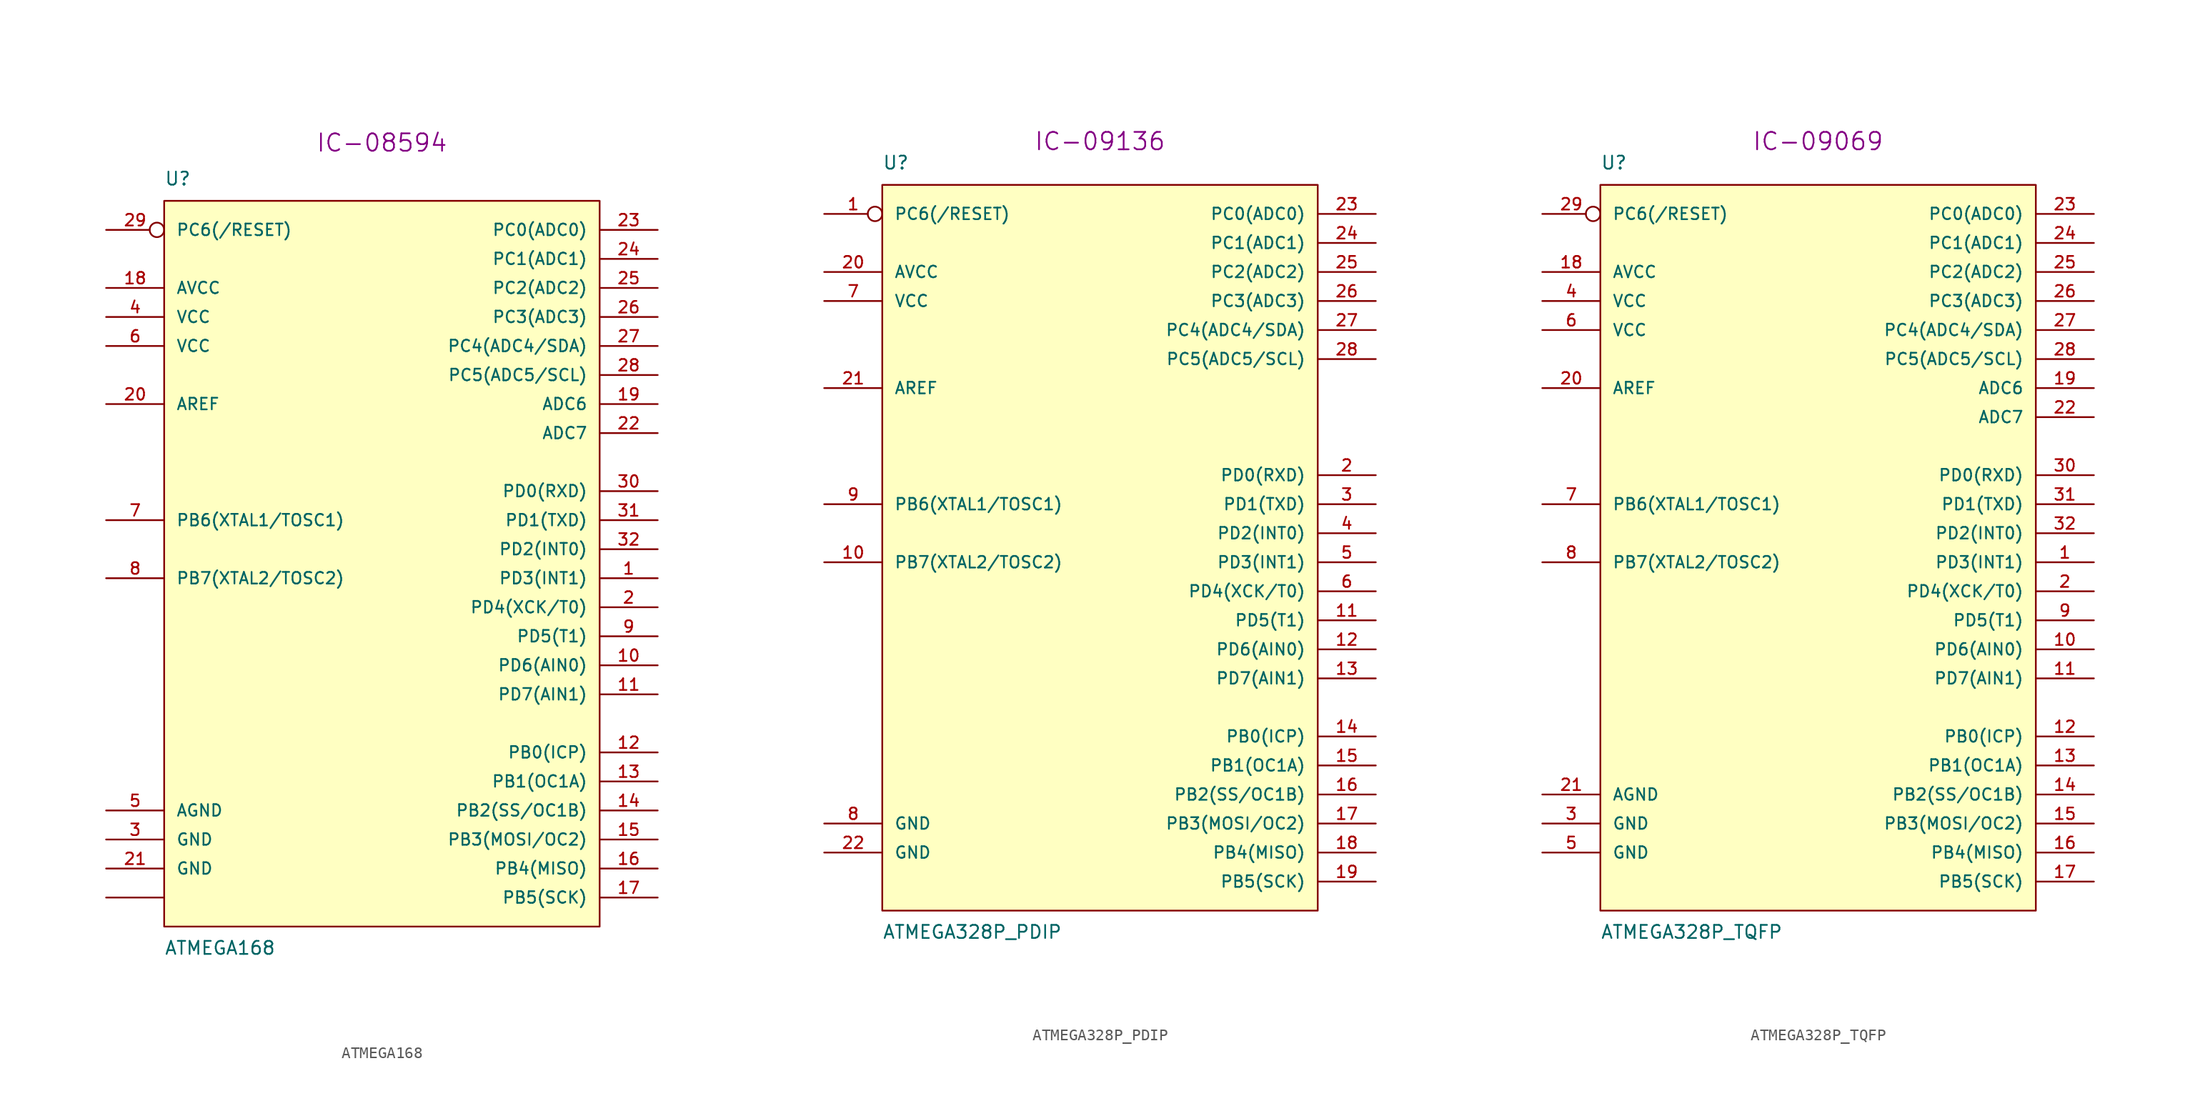
<source format=kicad_sym>
(kicad_symbol_lib
  (version 20220914)
  (generator kicad_symbol_editor)
  (symbol "ATMEGA168"
    (pin_names
      (offset 1.016))
    (property "Reference" "U"
      (at -19.05 33.02 0)
      (effects (font (size 1.143 1.143)) (justify left bottom)))
    (property "Value" "ATMEGA168"
      (at -19.05 -34.29 0)
      (effects (font (size 1.143 1.143)) (justify left bottom)))
    (property "Field4" "IC-08594"
      (at 0 36.83 0)
      (effects (font (size 1.524 1.524))))
    (property "ki_locked" ""
      (at 0 0 0)
      (effects (font (size 1.27 1.27))))
    (symbol "ATMEGA168_1_0"
      (polyline (pts (xy -24.13 -29.21) (xy -19.05 -29.21)) (stroke (width 0) (type solid)) (fill (type none))))
    (symbol "ATMEGA168_1_1"
      (polyline (pts (xy -19.05 31.75) (xy 19.05 31.75) (xy 19.05 -31.75) (xy -19.05 -31.75) (xy -19.05 31.75)) (stroke (width 0) (type solid)) (fill (type background)))
      (pin bidirectional line (at 24.13 -1.27 180) (length 5.08) (name "PD3(INT1)" (effects (font (size 1.016 1.016)))) (number "1" (effects (font (size 1.016 1.016)))))
      (pin bidirectional line (at 24.13 -8.89 180) (length 5.08) (name "PD6(AIN0)" (effects (font (size 1.016 1.016)))) (number "10" (effects (font (size 1.016 1.016)))))
      (pin bidirectional line (at 24.13 -11.43 180) (length 5.08) (name "PD7(AIN1)" (effects (font (size 1.016 1.016)))) (number "11" (effects (font (size 1.016 1.016)))))
      (pin bidirectional line (at 24.13 -16.51 180) (length 5.08) (name "PB0(ICP)" (effects (font (size 1.016 1.016)))) (number "12" (effects (font (size 1.016 1.016)))))
      (pin bidirectional line (at 24.13 -19.05 180) (length 5.08) (name "PB1(OC1A)" (effects (font (size 1.016 1.016)))) (number "13" (effects (font (size 1.016 1.016)))))
      (pin bidirectional line (at 24.13 -21.59 180) (length 5.08) (name "PB2(SS/OC1B)" (effects (font (size 1.016 1.016)))) (number "14" (effects (font (size 1.016 1.016)))))
      (pin bidirectional line (at 24.13 -24.13 180) (length 5.08) (name "PB3(MOSI/OC2)" (effects (font (size 1.016 1.016)))) (number "15" (effects (font (size 1.016 1.016)))))
      (pin bidirectional line (at 24.13 -26.67 180) (length 5.08) (name "PB4(MISO)" (effects (font (size 1.016 1.016)))) (number "16" (effects (font (size 1.016 1.016)))))
      (pin bidirectional line (at 24.13 -29.21 180) (length 5.08) (name "PB5(SCK)" (effects (font (size 1.016 1.016)))) (number "17" (effects (font (size 1.016 1.016)))))
      (pin bidirectional line (at -24.13 24.13 0) (length 5.08) (name "AVCC" (effects (font (size 1.016 1.016)))) (number "18" (effects (font (size 1.016 1.016)))))
      (pin bidirectional line (at 24.13 13.97 180) (length 5.08) (name "ADC6" (effects (font (size 1.016 1.016)))) (number "19" (effects (font (size 1.016 1.016)))))
      (pin bidirectional line (at 24.13 -3.81 180) (length 5.08) (name "PD4(XCK/T0)" (effects (font (size 1.016 1.016)))) (number "2" (effects (font (size 1.016 1.016)))))
      (pin bidirectional line (at -24.13 13.97 0) (length 5.08) (name "AREF" (effects (font (size 1.016 1.016)))) (number "20" (effects (font (size 1.016 1.016)))))
      (pin bidirectional line (at -24.13 -26.67 0) (length 5.08) (name "GND" (effects (font (size 1.016 1.016)))) (number "21" (effects (font (size 1.016 1.016)))))
      (pin bidirectional line (at 24.13 11.43 180) (length 5.08) (name "ADC7" (effects (font (size 1.016 1.016)))) (number "22" (effects (font (size 1.016 1.016)))))
      (pin bidirectional line (at 24.13 29.21 180) (length 5.08) (name "PC0(ADC0)" (effects (font (size 1.016 1.016)))) (number "23" (effects (font (size 1.016 1.016)))))
      (pin bidirectional line (at 24.13 26.67 180) (length 5.08) (name "PC1(ADC1)" (effects (font (size 1.016 1.016)))) (number "24" (effects (font (size 1.016 1.016)))))
      (pin bidirectional line (at 24.13 24.13 180) (length 5.08) (name "PC2(ADC2)" (effects (font (size 1.016 1.016)))) (number "25" (effects (font (size 1.016 1.016)))))
      (pin bidirectional line (at 24.13 21.59 180) (length 5.08) (name "PC3(ADC3)" (effects (font (size 1.016 1.016)))) (number "26" (effects (font (size 1.016 1.016)))))
      (pin bidirectional line (at 24.13 19.05 180) (length 5.08) (name "PC4(ADC4/SDA)" (effects (font (size 1.016 1.016)))) (number "27" (effects (font (size 1.016 1.016)))))
      (pin bidirectional line (at 24.13 16.51 180) (length 5.08) (name "PC5(ADC5/SCL)" (effects (font (size 1.016 1.016)))) (number "28" (effects (font (size 1.016 1.016)))))
      (pin bidirectional inverted (at -24.13 29.21 0) (length 5.08) (name "PC6(/RESET)" (effects (font (size 1.016 1.016)))) (number "29" (effects (font (size 1.016 1.016)))))
      (pin bidirectional line (at -24.13 -24.13 0) (length 5.08) (name "GND" (effects (font (size 1.016 1.016)))) (number "3" (effects (font (size 1.016 1.016)))))
      (pin bidirectional line (at 24.13 6.35 180) (length 5.08) (name "PD0(RXD)" (effects (font (size 1.016 1.016)))) (number "30" (effects (font (size 1.016 1.016)))))
      (pin bidirectional line (at 24.13 3.81 180) (length 5.08) (name "PD1(TXD)" (effects (font (size 1.016 1.016)))) (number "31" (effects (font (size 1.016 1.016)))))
      (pin bidirectional line (at 24.13 1.27 180) (length 5.08) (name "PD2(INT0)" (effects (font (size 1.016 1.016)))) (number "32" (effects (font (size 1.016 1.016)))))
      (pin bidirectional line (at -24.13 21.59 0) (length 5.08) (name "VCC" (effects (font (size 1.016 1.016)))) (number "4" (effects (font (size 1.016 1.016)))))
      (pin bidirectional line (at -24.13 -21.59 0) (length 5.08) (name "AGND" (effects (font (size 1.016 1.016)))) (number "5" (effects (font (size 1.016 1.016)))))
      (pin bidirectional line (at -24.13 19.05 0) (length 5.08) (name "VCC" (effects (font (size 1.016 1.016)))) (number "6" (effects (font (size 1.016 1.016)))))
      (pin bidirectional line (at -24.13 3.81 0) (length 5.08) (name "PB6(XTAL1/TOSC1)" (effects (font (size 1.016 1.016)))) (number "7" (effects (font (size 1.016 1.016)))))
      (pin bidirectional line (at -24.13 -1.27 0) (length 5.08) (name "PB7(XTAL2/TOSC2)" (effects (font (size 1.016 1.016)))) (number "8" (effects (font (size 1.016 1.016)))))
      (pin bidirectional line (at 24.13 -6.35 180) (length 5.08) (name "PD5(T1)" (effects (font (size 1.016 1.016)))) (number "9" (effects (font (size 1.016 1.016)))))
      (pin bidirectional line (at -24.13 -29.21 0) (length 5.08) hide (name "GND" (effects (font (size 1.016 1.016)))) (number "~" (effects (font (size 1.016 1.016)))))))
  (symbol "ATMEGA328P_PDIP"
    (pin_names
      (offset 1.016))
    (property "Reference" "U"
      (at -19.05 33.02 0)
      (effects (font (size 1.143 1.143)) (justify left bottom)))
    (property "Value" "ATMEGA328P_PDIP"
      (at -19.05 -34.29 0)
      (effects (font (size 1.143 1.143)) (justify left bottom)))
    (property "Field4" "IC-09136"
      (at 0 35.56 0)
      (effects (font (size 1.524 1.524))))
    (property "ki_locked" ""
      (at 0 0 0)
      (effects (font (size 1.27 1.27))))
    (symbol "ATMEGA328P_PDIP_1_1"
      (polyline (pts (xy -19.05 31.75) (xy 19.05 31.75) (xy 19.05 -31.75) (xy -19.05 -31.75) (xy -19.05 31.75)) (stroke (width 0) (type solid)) (fill (type background)))
      (pin bidirectional inverted (at -24.13 29.21 0) (length 5.08) (name "PC6(/RESET)" (effects (font (size 1.016 1.016)))) (number "1" (effects (font (size 1.016 1.016)))))
      (pin bidirectional line (at -24.13 -1.27 0) (length 5.08) (name "PB7(XTAL2/TOSC2)" (effects (font (size 1.016 1.016)))) (number "10" (effects (font (size 1.016 1.016)))))
      (pin bidirectional line (at 24.13 -6.35 180) (length 5.08) (name "PD5(T1)" (effects (font (size 1.016 1.016)))) (number "11" (effects (font (size 1.016 1.016)))))
      (pin bidirectional line (at 24.13 -8.89 180) (length 5.08) (name "PD6(AIN0)" (effects (font (size 1.016 1.016)))) (number "12" (effects (font (size 1.016 1.016)))))
      (pin bidirectional line (at 24.13 -11.43 180) (length 5.08) (name "PD7(AIN1)" (effects (font (size 1.016 1.016)))) (number "13" (effects (font (size 1.016 1.016)))))
      (pin bidirectional line (at 24.13 -16.51 180) (length 5.08) (name "PB0(ICP)" (effects (font (size 1.016 1.016)))) (number "14" (effects (font (size 1.016 1.016)))))
      (pin bidirectional line (at 24.13 -19.05 180) (length 5.08) (name "PB1(OC1A)" (effects (font (size 1.016 1.016)))) (number "15" (effects (font (size 1.016 1.016)))))
      (pin bidirectional line (at 24.13 -21.59 180) (length 5.08) (name "PB2(SS/OC1B)" (effects (font (size 1.016 1.016)))) (number "16" (effects (font (size 1.016 1.016)))))
      (pin bidirectional line (at 24.13 -24.13 180) (length 5.08) (name "PB3(MOSI/OC2)" (effects (font (size 1.016 1.016)))) (number "17" (effects (font (size 1.016 1.016)))))
      (pin bidirectional line (at 24.13 -26.67 180) (length 5.08) (name "PB4(MISO)" (effects (font (size 1.016 1.016)))) (number "18" (effects (font (size 1.016 1.016)))))
      (pin bidirectional line (at 24.13 -29.21 180) (length 5.08) (name "PB5(SCK)" (effects (font (size 1.016 1.016)))) (number "19" (effects (font (size 1.016 1.016)))))
      (pin bidirectional line (at 24.13 6.35 180) (length 5.08) (name "PD0(RXD)" (effects (font (size 1.016 1.016)))) (number "2" (effects (font (size 1.016 1.016)))))
      (pin bidirectional line (at -24.13 24.13 0) (length 5.08) (name "AVCC" (effects (font (size 1.016 1.016)))) (number "20" (effects (font (size 1.016 1.016)))))
      (pin bidirectional line (at -24.13 13.97 0) (length 5.08) (name "AREF" (effects (font (size 1.016 1.016)))) (number "21" (effects (font (size 1.016 1.016)))))
      (pin bidirectional line (at -24.13 -26.67 0) (length 5.08) (name "GND" (effects (font (size 1.016 1.016)))) (number "22" (effects (font (size 1.016 1.016)))))
      (pin bidirectional line (at 24.13 29.21 180) (length 5.08) (name "PC0(ADC0)" (effects (font (size 1.016 1.016)))) (number "23" (effects (font (size 1.016 1.016)))))
      (pin bidirectional line (at 24.13 26.67 180) (length 5.08) (name "PC1(ADC1)" (effects (font (size 1.016 1.016)))) (number "24" (effects (font (size 1.016 1.016)))))
      (pin bidirectional line (at 24.13 24.13 180) (length 5.08) (name "PC2(ADC2)" (effects (font (size 1.016 1.016)))) (number "25" (effects (font (size 1.016 1.016)))))
      (pin bidirectional line (at 24.13 21.59 180) (length 5.08) (name "PC3(ADC3)" (effects (font (size 1.016 1.016)))) (number "26" (effects (font (size 1.016 1.016)))))
      (pin bidirectional line (at 24.13 19.05 180) (length 5.08) (name "PC4(ADC4/SDA)" (effects (font (size 1.016 1.016)))) (number "27" (effects (font (size 1.016 1.016)))))
      (pin bidirectional line (at 24.13 16.51 180) (length 5.08) (name "PC5(ADC5/SCL)" (effects (font (size 1.016 1.016)))) (number "28" (effects (font (size 1.016 1.016)))))
      (pin bidirectional line (at 24.13 3.81 180) (length 5.08) (name "PD1(TXD)" (effects (font (size 1.016 1.016)))) (number "3" (effects (font (size 1.016 1.016)))))
      (pin bidirectional line (at 24.13 1.27 180) (length 5.08) (name "PD2(INT0)" (effects (font (size 1.016 1.016)))) (number "4" (effects (font (size 1.016 1.016)))))
      (pin bidirectional line (at 24.13 -1.27 180) (length 5.08) (name "PD3(INT1)" (effects (font (size 1.016 1.016)))) (number "5" (effects (font (size 1.016 1.016)))))
      (pin bidirectional line (at 24.13 -3.81 180) (length 5.08) (name "PD4(XCK/T0)" (effects (font (size 1.016 1.016)))) (number "6" (effects (font (size 1.016 1.016)))))
      (pin bidirectional line (at -24.13 21.59 0) (length 5.08) (name "VCC" (effects (font (size 1.016 1.016)))) (number "7" (effects (font (size 1.016 1.016)))))
      (pin bidirectional line (at -24.13 -24.13 0) (length 5.08) (name "GND" (effects (font (size 1.016 1.016)))) (number "8" (effects (font (size 1.016 1.016)))))
      (pin bidirectional line (at -24.13 3.81 0) (length 5.08) (name "PB6(XTAL1/TOSC1)" (effects (font (size 1.016 1.016)))) (number "9" (effects (font (size 1.016 1.016)))))))
  (symbol "ATMEGA328P_TQFP"
    (pin_names
      (offset 1.016))
    (property "Reference" "U"
      (at -19.05 33.02 0)
      (effects (font (size 1.143 1.143)) (justify left bottom)))
    (property "Value" "ATMEGA328P_TQFP"
      (at -19.05 -34.29 0)
      (effects (font (size 1.143 1.143)) (justify left bottom)))
    (property "Field4" "IC-09069"
      (at 0 35.56 0)
      (effects (font (size 1.524 1.524))))
    (property "ki_locked" ""
      (at 0 0 0)
      (effects (font (size 1.27 1.27))))
    (symbol "ATMEGA328P_TQFP_1_1"
      (polyline (pts (xy -19.05 31.75) (xy 19.05 31.75) (xy 19.05 -31.75) (xy -19.05 -31.75) (xy -19.05 31.75)) (stroke (width 0) (type solid)) (fill (type background)))
      (pin bidirectional line (at 24.13 -1.27 180) (length 5.08) (name "PD3(INT1)" (effects (font (size 1.016 1.016)))) (number "1" (effects (font (size 1.016 1.016)))))
      (pin bidirectional line (at 24.13 -8.89 180) (length 5.08) (name "PD6(AIN0)" (effects (font (size 1.016 1.016)))) (number "10" (effects (font (size 1.016 1.016)))))
      (pin bidirectional line (at 24.13 -11.43 180) (length 5.08) (name "PD7(AIN1)" (effects (font (size 1.016 1.016)))) (number "11" (effects (font (size 1.016 1.016)))))
      (pin bidirectional line (at 24.13 -16.51 180) (length 5.08) (name "PB0(ICP)" (effects (font (size 1.016 1.016)))) (number "12" (effects (font (size 1.016 1.016)))))
      (pin bidirectional line (at 24.13 -19.05 180) (length 5.08) (name "PB1(OC1A)" (effects (font (size 1.016 1.016)))) (number "13" (effects (font (size 1.016 1.016)))))
      (pin bidirectional line (at 24.13 -21.59 180) (length 5.08) (name "PB2(SS/OC1B)" (effects (font (size 1.016 1.016)))) (number "14" (effects (font (size 1.016 1.016)))))
      (pin bidirectional line (at 24.13 -24.13 180) (length 5.08) (name "PB3(MOSI/OC2)" (effects (font (size 1.016 1.016)))) (number "15" (effects (font (size 1.016 1.016)))))
      (pin bidirectional line (at 24.13 -26.67 180) (length 5.08) (name "PB4(MISO)" (effects (font (size 1.016 1.016)))) (number "16" (effects (font (size 1.016 1.016)))))
      (pin bidirectional line (at 24.13 -29.21 180) (length 5.08) (name "PB5(SCK)" (effects (font (size 1.016 1.016)))) (number "17" (effects (font (size 1.016 1.016)))))
      (pin bidirectional line (at -24.13 24.13 0) (length 5.08) (name "AVCC" (effects (font (size 1.016 1.016)))) (number "18" (effects (font (size 1.016 1.016)))))
      (pin bidirectional line (at 24.13 13.97 180) (length 5.08) (name "ADC6" (effects (font (size 1.016 1.016)))) (number "19" (effects (font (size 1.016 1.016)))))
      (pin bidirectional line (at 24.13 -3.81 180) (length 5.08) (name "PD4(XCK/T0)" (effects (font (size 1.016 1.016)))) (number "2" (effects (font (size 1.016 1.016)))))
      (pin bidirectional line (at -24.13 13.97 0) (length 5.08) (name "AREF" (effects (font (size 1.016 1.016)))) (number "20" (effects (font (size 1.016 1.016)))))
      (pin bidirectional line (at -24.13 -21.59 0) (length 5.08) (name "AGND" (effects (font (size 1.016 1.016)))) (number "21" (effects (font (size 1.016 1.016)))))
      (pin bidirectional line (at 24.13 11.43 180) (length 5.08) (name "ADC7" (effects (font (size 1.016 1.016)))) (number "22" (effects (font (size 1.016 1.016)))))
      (pin bidirectional line (at 24.13 29.21 180) (length 5.08) (name "PC0(ADC0)" (effects (font (size 1.016 1.016)))) (number "23" (effects (font (size 1.016 1.016)))))
      (pin bidirectional line (at 24.13 26.67 180) (length 5.08) (name "PC1(ADC1)" (effects (font (size 1.016 1.016)))) (number "24" (effects (font (size 1.016 1.016)))))
      (pin bidirectional line (at 24.13 24.13 180) (length 5.08) (name "PC2(ADC2)" (effects (font (size 1.016 1.016)))) (number "25" (effects (font (size 1.016 1.016)))))
      (pin bidirectional line (at 24.13 21.59 180) (length 5.08) (name "PC3(ADC3)" (effects (font (size 1.016 1.016)))) (number "26" (effects (font (size 1.016 1.016)))))
      (pin bidirectional line (at 24.13 19.05 180) (length 5.08) (name "PC4(ADC4/SDA)" (effects (font (size 1.016 1.016)))) (number "27" (effects (font (size 1.016 1.016)))))
      (pin bidirectional line (at 24.13 16.51 180) (length 5.08) (name "PC5(ADC5/SCL)" (effects (font (size 1.016 1.016)))) (number "28" (effects (font (size 1.016 1.016)))))
      (pin bidirectional inverted (at -24.13 29.21 0) (length 5.08) (name "PC6(/RESET)" (effects (font (size 1.016 1.016)))) (number "29" (effects (font (size 1.016 1.016)))))
      (pin bidirectional line (at -24.13 -24.13 0) (length 5.08) (name "GND" (effects (font (size 1.016 1.016)))) (number "3" (effects (font (size 1.016 1.016)))))
      (pin bidirectional line (at 24.13 6.35 180) (length 5.08) (name "PD0(RXD)" (effects (font (size 1.016 1.016)))) (number "30" (effects (font (size 1.016 1.016)))))
      (pin bidirectional line (at 24.13 3.81 180) (length 5.08) (name "PD1(TXD)" (effects (font (size 1.016 1.016)))) (number "31" (effects (font (size 1.016 1.016)))))
      (pin bidirectional line (at 24.13 1.27 180) (length 5.08) (name "PD2(INT0)" (effects (font (size 1.016 1.016)))) (number "32" (effects (font (size 1.016 1.016)))))
      (pin bidirectional line (at -24.13 21.59 0) (length 5.08) (name "VCC" (effects (font (size 1.016 1.016)))) (number "4" (effects (font (size 1.016 1.016)))))
      (pin bidirectional line (at -24.13 -26.67 0) (length 5.08) (name "GND" (effects (font (size 1.016 1.016)))) (number "5" (effects (font (size 1.016 1.016)))))
      (pin bidirectional line (at -24.13 19.05 0) (length 5.08) (name "VCC" (effects (font (size 1.016 1.016)))) (number "6" (effects (font (size 1.016 1.016)))))
      (pin bidirectional line (at -24.13 3.81 0) (length 5.08) (name "PB6(XTAL1/TOSC1)" (effects (font (size 1.016 1.016)))) (number "7" (effects (font (size 1.016 1.016)))))
      (pin bidirectional line (at -24.13 -1.27 0) (length 5.08) (name "PB7(XTAL2/TOSC2)" (effects (font (size 1.016 1.016)))) (number "8" (effects (font (size 1.016 1.016)))))
      (pin bidirectional line (at 24.13 -6.35 180) (length 5.08) (name "PD5(T1)" (effects (font (size 1.016 1.016)))) (number "9" (effects (font (size 1.016 1.016))))))))
</source>
